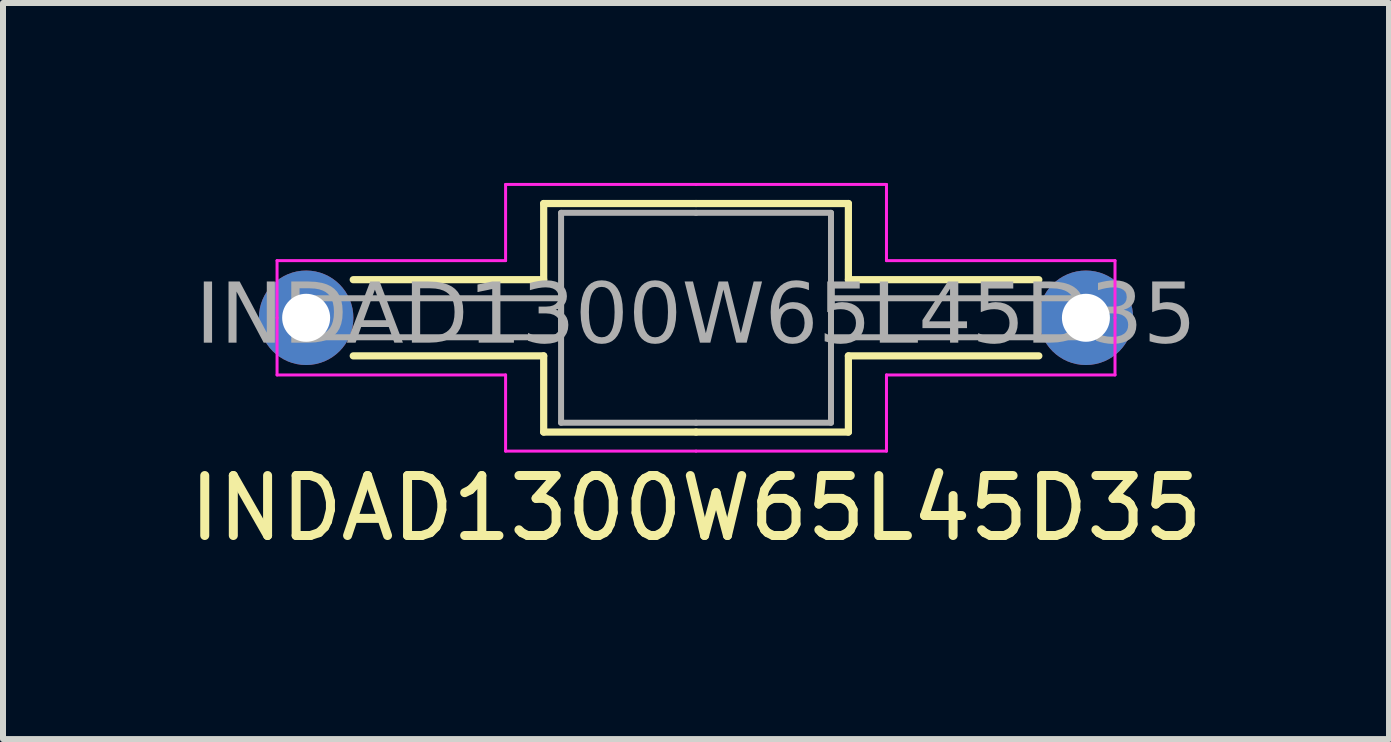
<source format=kicad_pcb>
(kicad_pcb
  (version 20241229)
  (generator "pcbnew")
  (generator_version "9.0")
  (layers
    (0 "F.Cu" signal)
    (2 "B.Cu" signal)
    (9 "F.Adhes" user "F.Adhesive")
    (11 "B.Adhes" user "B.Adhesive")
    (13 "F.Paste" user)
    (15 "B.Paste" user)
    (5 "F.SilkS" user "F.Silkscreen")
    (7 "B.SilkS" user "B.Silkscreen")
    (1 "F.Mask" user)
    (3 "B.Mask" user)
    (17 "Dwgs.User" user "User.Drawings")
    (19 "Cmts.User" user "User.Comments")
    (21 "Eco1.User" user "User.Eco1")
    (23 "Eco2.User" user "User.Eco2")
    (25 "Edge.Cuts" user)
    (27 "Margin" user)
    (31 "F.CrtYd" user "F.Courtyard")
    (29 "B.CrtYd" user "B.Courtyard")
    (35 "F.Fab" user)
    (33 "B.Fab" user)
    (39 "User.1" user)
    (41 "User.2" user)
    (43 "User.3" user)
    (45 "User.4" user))
  (footprint "INDAD1300W65L45D35"
    (layer "F.Cu")
    (at 8.554 2.248)
    (property "Reference" "INDAD1300W65L45D35" (at 0 3.175 0) (layer "F.SilkS") (effects (font (size 1 1) (thickness 0.15))))
    (attr through_hole)
    (fp_line (start -5.715 -0.635) (end -2.54 -0.635) (stroke (width 0.12) (type default)) (layer "F.SilkS"))
    (fp_line (start -5.715 0.635) (end -2.54 0.635) (stroke (width 0.12) (type default)) (layer "F.SilkS"))
    (fp_line (start -2.54 -1.905) (end -2.54 -0.635) (stroke (width 0.12) (type default)) (layer "F.SilkS"))
    (fp_line (start -2.54 -1.905) (end 0 -1.905) (stroke (width 0.12) (type default)) (layer "F.SilkS"))
    (fp_line (start -2.54 1.905) (end -2.54 0.635) (stroke (width 0.12) (type default)) (layer "F.SilkS"))
    (fp_line (start -2.54 1.905) (end 0 1.905) (stroke (width 0.12) (type default)) (layer "F.SilkS"))
    (fp_line (start 2.54 -1.905) (end 0 -1.905) (stroke (width 0.12) (type default)) (layer "F.SilkS"))
    (fp_line (start 2.54 -1.905) (end 2.54 -0.635) (stroke (width 0.12) (type default)) (layer "F.SilkS"))
    (fp_line (start 2.54 1.905) (end 0 1.905) (stroke (width 0.12) (type default)) (layer "F.SilkS"))
    (fp_line (start 2.54 1.905) (end 2.54 0.635) (stroke (width 0.12) (type default)) (layer "F.SilkS"))
    (fp_line (start 5.715 -0.635) (end 2.54 -0.635) (stroke (width 0.12) (type default)) (layer "F.SilkS"))
    (fp_line (start 5.715 0.635) (end 2.54 0.635) (stroke (width 0.12) (type default)) (layer "F.SilkS"))
    (fp_line (start -6.985 -0.953) (end -6.985 0) (stroke (width 0.05) (type solid)) (layer "F.CrtYd"))
    (fp_line (start -6.985 -0.953) (end -3.175 -0.953) (stroke (width 0.05) (type solid)) (layer "F.CrtYd"))
    (fp_line (start -6.985 0.953) (end -6.985 0) (stroke (width 0.05) (type solid)) (layer "F.CrtYd"))
    (fp_line (start -6.985 0.953) (end -3.175 0.953) (stroke (width 0.05) (type solid)) (layer "F.CrtYd"))
    (fp_line (start -3.175 -2.223) (end -3.175 -0.953) (stroke (width 0.05) (type solid)) (layer "F.CrtYd"))
    (fp_line (start -3.175 -2.223) (end 0 -2.223) (stroke (width 0.05) (type solid)) (layer "F.CrtYd"))
    (fp_line (start -3.175 2.223) (end -3.175 0.953) (stroke (width 0.05) (type solid)) (layer "F.CrtYd"))
    (fp_line (start -3.175 2.223) (end 0 2.223) (stroke (width 0.05) (type solid)) (layer "F.CrtYd"))
    (fp_line (start 3.175 -2.223) (end 0 -2.223) (stroke (width 0.05) (type solid)) (layer "F.CrtYd"))
    (fp_line (start 3.175 -2.223) (end 3.175 -0.953) (stroke (width 0.05) (type solid)) (layer "F.CrtYd"))
    (fp_line (start 3.175 2.223) (end 0 2.223) (stroke (width 0.05) (type solid)) (layer "F.CrtYd"))
    (fp_line (start 3.175 2.223) (end 3.175 0.953) (stroke (width 0.05) (type solid)) (layer "F.CrtYd"))
    (fp_line (start 6.985 -0.953) (end 3.175 -0.953) (stroke (width 0.05) (type solid)) (layer "F.CrtYd"))
    (fp_line (start 6.985 -0.953) (end 6.985 0) (stroke (width 0.05) (type solid)) (layer "F.CrtYd"))
    (fp_line (start 6.985 0.953) (end 3.175 0.953) (stroke (width 0.05) (type solid)) (layer "F.CrtYd"))
    (fp_line (start 6.985 0.953) (end 6.985 0) (stroke (width 0.05) (type solid)) (layer "F.CrtYd"))
    (fp_line (start -2.25 0) (end -2.25 -1.75) (stroke (width 0.1) (type default)) (layer "F.Fab"))
    (fp_line (start -2.25 0) (end -2.25 1.75) (stroke (width 0.1) (type default)) (layer "F.Fab"))
    (fp_line (start 0 -1.75) (end -2.25 -1.75) (stroke (width 0.1) (type default)) (layer "F.Fab"))
    (fp_line (start 0 -1.75) (end 2.25 -1.75) (stroke (width 0.1) (type default)) (layer "F.Fab"))
    (fp_line (start 0 1.75) (end -2.25 1.75) (stroke (width 0.1) (type default)) (layer "F.Fab"))
    (fp_line (start 0 1.75) (end 2.25 1.75) (stroke (width 0.1) (type default)) (layer "F.Fab"))
    (fp_line (start 2.25 0) (end 2.25 -1.75) (stroke (width 0.1) (type default)) (layer "F.Fab"))
    (fp_line (start 2.25 0) (end 2.25 1.75) (stroke (width 0.1) (type default)) (layer "F.Fab"))
    (fp_rect (start -6.35 -0.325) (end -2.25 0.325) (stroke (width 0.1) (type solid)) (fill no) (layer "F.Fab"))
    (fp_rect (start 2.25 0.325) (end 6.35 -0.325) (stroke (width 0.1) (type solid)) (fill no) (layer "F.Fab"))
    (fp_text user "${REFERENCE}" (at 0 0 0) (layer "F.Fab") (effects (font (face "Tahoma") (size 1 1) (thickness 0.15))))
    (pad "1" thru_hole circle (at -6.5 0) (size 1.575 1.575) (drill 0.8) (layers "*.Cu" "*.Mask"))
    (pad "2" thru_hole circle (at 6.5 0) (size 1.575 1.575) (drill 0.8) (layers "*.Cu" "*.Mask")))
  (gr_rect
    (start -3 -3)
    (end 20.107 9.271)
    (stroke (width 0.1) (type default))
    (fill no)
    (layer "Edge.Cuts")))
</source>
